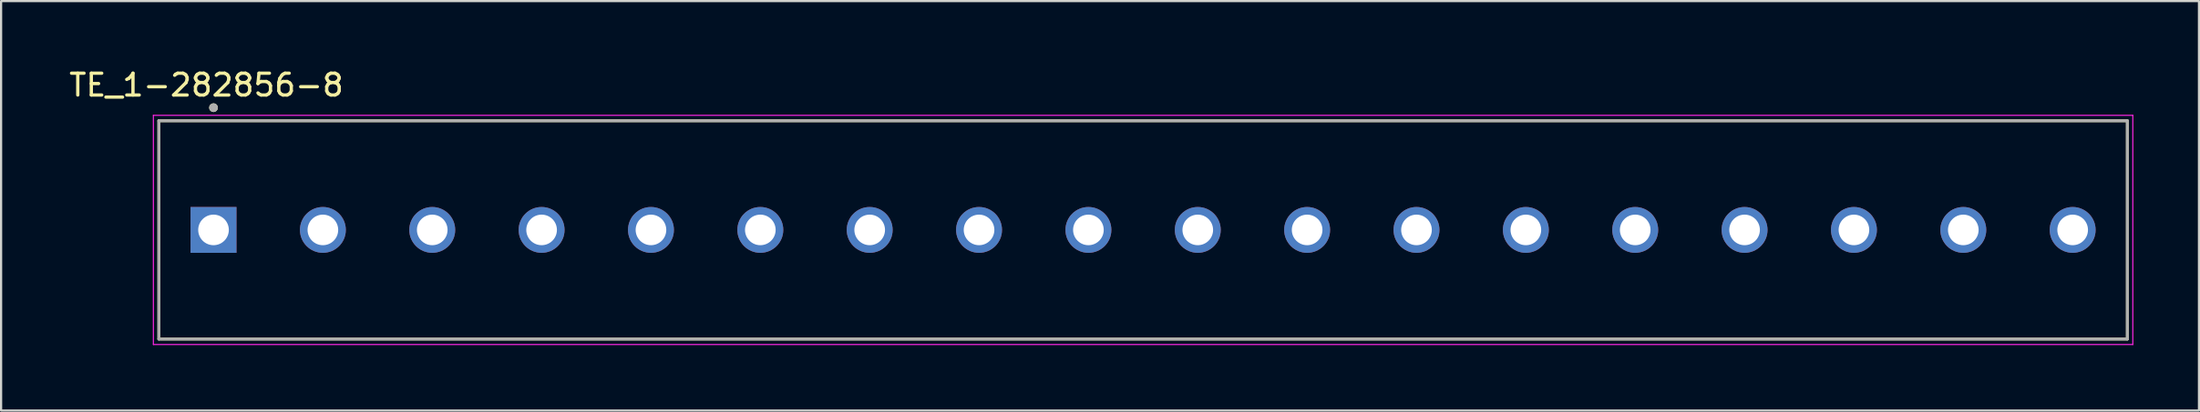
<source format=kicad_pcb>
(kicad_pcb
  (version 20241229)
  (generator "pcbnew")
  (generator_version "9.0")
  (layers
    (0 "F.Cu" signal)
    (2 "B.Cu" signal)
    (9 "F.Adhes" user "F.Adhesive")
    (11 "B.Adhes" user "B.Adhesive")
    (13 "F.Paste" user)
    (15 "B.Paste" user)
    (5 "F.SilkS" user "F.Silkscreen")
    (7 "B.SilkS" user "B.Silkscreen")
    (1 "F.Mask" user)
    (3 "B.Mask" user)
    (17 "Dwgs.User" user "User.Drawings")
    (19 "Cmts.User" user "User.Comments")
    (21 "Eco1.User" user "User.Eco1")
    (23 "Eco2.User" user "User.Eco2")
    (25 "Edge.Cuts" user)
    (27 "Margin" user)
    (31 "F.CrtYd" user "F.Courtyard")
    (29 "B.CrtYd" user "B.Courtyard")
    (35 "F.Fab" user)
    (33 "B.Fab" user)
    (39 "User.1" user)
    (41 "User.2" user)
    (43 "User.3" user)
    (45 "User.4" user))
  (footprint "TE_1-282856-8"
    (layer "F.Cu")
    (at 49.212 7.483)
    (property "Reference" "TE_1-282856-8" (at -42.825 -6.635 0) (layer "F.SilkS") (effects (font (size 1 1) (thickness 0.15))))
    (attr through_hole)
    (fp_line (start -45 -5) (end 45 -5) (stroke (width 0.127) (type solid)) (layer "F.SilkS"))
    (fp_line (start -45 5) (end -45 -5) (stroke (width 0.127) (type solid)) (layer "F.SilkS"))
    (fp_line (start 45 -5) (end 45 5) (stroke (width 0.127) (type solid)) (layer "F.SilkS"))
    (fp_line (start 45 5) (end -45 5) (stroke (width 0.127) (type solid)) (layer "F.SilkS"))
    (fp_circle (center -42.5 -5.6) (end -42.4 -5.6) (stroke (width 0.2) (type solid)) (fill no) (layer "F.SilkS"))
    (fp_line (start -45.25 -5.25) (end 45.25 -5.25) (stroke (width 0.05) (type solid)) (layer "F.CrtYd"))
    (fp_line (start -45.25 5.25) (end -45.25 -5.25) (stroke (width 0.05) (type solid)) (layer "F.CrtYd"))
    (fp_line (start 45.25 -5.25) (end 45.25 5.25) (stroke (width 0.05) (type solid)) (layer "F.CrtYd"))
    (fp_line (start 45.25 5.25) (end -45.25 5.25) (stroke (width 0.05) (type solid)) (layer "F.CrtYd"))
    (fp_line (start -45 -5) (end 45 -5) (stroke (width 0.127) (type solid)) (layer "F.Fab"))
    (fp_line (start -45 5) (end -45 -5) (stroke (width 0.127) (type solid)) (layer "F.Fab"))
    (fp_line (start 45 -5) (end 45 5) (stroke (width 0.127) (type solid)) (layer "F.Fab"))
    (fp_line (start 45 5) (end -45 5) (stroke (width 0.127) (type solid)) (layer "F.Fab"))
    (fp_circle (center -42.5 -5.6) (end -42.4 -5.6) (stroke (width 0.2) (type solid)) (fill no) (layer "F.Fab"))
    (pad "1" thru_hole rect (at -42.5 0) (size 2.1 2.1) (drill 1.4) (layers "*.Cu" "*.Mask"))
    (pad "2" thru_hole circle (at -37.5 0) (size 2.1 2.1) (drill 1.4) (layers "*.Cu" "*.Mask"))
    (pad "3" thru_hole circle (at -32.5 0) (size 2.1 2.1) (drill 1.4) (layers "*.Cu" "*.Mask"))
    (pad "4" thru_hole circle (at -27.5 0) (size 2.1 2.1) (drill 1.4) (layers "*.Cu" "*.Mask"))
    (pad "5" thru_hole circle (at -22.5 0) (size 2.1 2.1) (drill 1.4) (layers "*.Cu" "*.Mask"))
    (pad "6" thru_hole circle (at -17.5 0) (size 2.1 2.1) (drill 1.4) (layers "*.Cu" "*.Mask"))
    (pad "7" thru_hole circle (at -12.5 0) (size 2.1 2.1) (drill 1.4) (layers "*.Cu" "*.Mask"))
    (pad "8" thru_hole circle (at -7.5 0) (size 2.1 2.1) (drill 1.4) (layers "*.Cu" "*.Mask"))
    (pad "9" thru_hole circle (at -2.5 0) (size 2.1 2.1) (drill 1.4) (layers "*.Cu" "*.Mask"))
    (pad "10" thru_hole circle (at 2.5 0) (size 2.1 2.1) (drill 1.4) (layers "*.Cu" "*.Mask"))
    (pad "11" thru_hole circle (at 7.5 0) (size 2.1 2.1) (drill 1.4) (layers "*.Cu" "*.Mask"))
    (pad "12" thru_hole circle (at 12.5 0) (size 2.1 2.1) (drill 1.4) (layers "*.Cu" "*.Mask"))
    (pad "13" thru_hole circle (at 17.5 0) (size 2.1 2.1) (drill 1.4) (layers "*.Cu" "*.Mask"))
    (pad "14" thru_hole circle (at 22.5 0) (size 2.1 2.1) (drill 1.4) (layers "*.Cu" "*.Mask"))
    (pad "15" thru_hole circle (at 27.5 0) (size 2.1 2.1) (drill 1.4) (layers "*.Cu" "*.Mask"))
    (pad "16" thru_hole circle (at 32.5 0) (size 2.1 2.1) (drill 1.4) (layers "*.Cu" "*.Mask"))
    (pad "17" thru_hole circle (at 37.5 0) (size 2.1 2.1) (drill 1.4) (layers "*.Cu" "*.Mask"))
    (pad "18" thru_hole circle (at 42.5 0) (size 2.1 2.1) (drill 1.4) (layers "*.Cu" "*.Mask")))
  (gr_rect
    (start -3 -3)
    (end 97.487 15.758)
    (stroke (width 0.1) (type default))
    (fill no)
    (layer "Edge.Cuts")))
</source>
